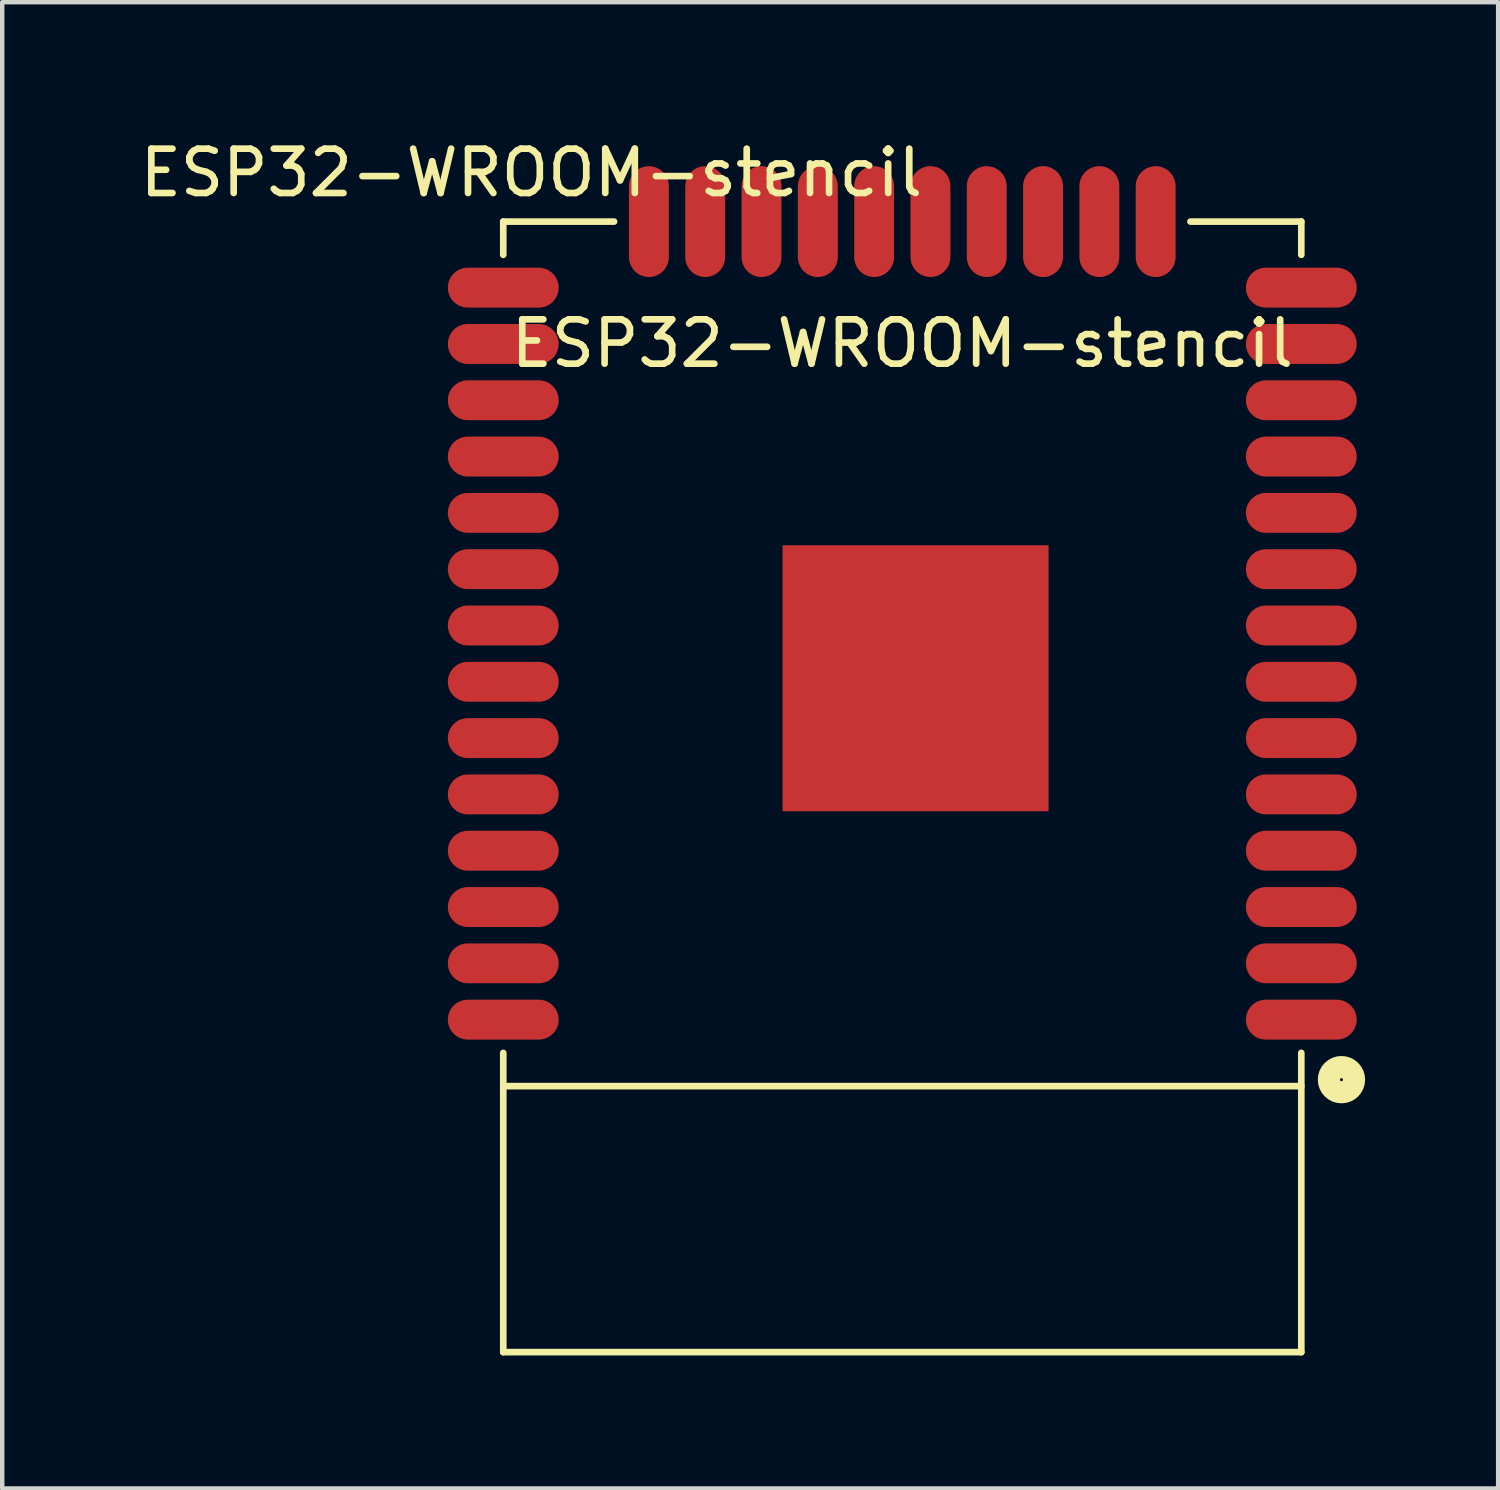
<source format=kicad_pcb>
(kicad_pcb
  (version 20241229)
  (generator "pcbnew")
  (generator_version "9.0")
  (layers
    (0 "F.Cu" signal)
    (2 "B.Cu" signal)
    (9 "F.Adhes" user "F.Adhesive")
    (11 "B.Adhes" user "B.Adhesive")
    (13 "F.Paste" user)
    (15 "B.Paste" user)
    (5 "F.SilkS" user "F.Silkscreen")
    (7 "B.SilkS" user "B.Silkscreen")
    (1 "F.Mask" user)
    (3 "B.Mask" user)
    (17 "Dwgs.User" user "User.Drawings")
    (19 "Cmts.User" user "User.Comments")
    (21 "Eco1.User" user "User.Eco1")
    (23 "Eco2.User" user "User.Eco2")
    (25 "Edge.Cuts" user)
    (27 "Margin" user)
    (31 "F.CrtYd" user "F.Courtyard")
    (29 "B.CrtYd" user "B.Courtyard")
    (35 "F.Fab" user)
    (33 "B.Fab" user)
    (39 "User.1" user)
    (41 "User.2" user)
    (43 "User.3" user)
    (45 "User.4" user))
  (footprint "ESP32-WROOM-stencil"
    (layer "F.Cu")
    (at 17.301 14.698)
    (property "Reference" "ESP32-WROOM-stencil" (at -8.366 -13.85 0) (layer "F.SilkS") (effects (font (size 1 1) (thickness 0.15))))
    (attr smd)
    (fp_line (start -9 -12.75) (end -6.5 -12.75) (stroke (width 0.15) (type solid)) (layer "F.SilkS"))
    (fp_line (start -9 -12) (end -9 -12.75) (stroke (width 0.15) (type solid)) (layer "F.SilkS"))
    (fp_line (start -9 6.75) (end 9 6.75) (stroke (width 0.15) (type solid)) (layer "F.SilkS"))
    (fp_line (start -9 12.75) (end -9 6) (stroke (width 0.15) (type solid)) (layer "F.SilkS"))
    (fp_line (start -9 12.75) (end 9 12.75) (stroke (width 0.15) (type solid)) (layer "F.SilkS"))
    (fp_line (start 6.5 -12.75) (end 9 -12.75) (stroke (width 0.15) (type solid)) (layer "F.SilkS"))
    (fp_line (start 9 -12.75) (end 9 -12) (stroke (width 0.15) (type solid)) (layer "F.SilkS"))
    (fp_line (start 9 12.75) (end 9 6) (stroke (width 0.15) (type solid)) (layer "F.SilkS"))
    (fp_circle (center 9.906 6.604) (end 10.033 6.858) (stroke (width 0.5) (type solid)) (fill no) (layer "F.SilkS"))
    (fp_text user "ESP32-WROOM-stencil" (at 0 -10 0) (layer "F.SilkS") (effects (font (size 1 1) (thickness 0.15))))
    (pad "1" smd oval (at 9 5.25) (size 2.5 0.9) (layers "F.Cu" "F.Mask" "F.Paste"))
    (pad "2" smd oval (at 9 3.98) (size 2.5 0.9) (layers "F.Cu" "F.Mask" "F.Paste"))
    (pad "3" smd oval (at 9 2.71) (size 2.5 0.9) (layers "F.Cu" "F.Mask" "F.Paste"))
    (pad "4" smd oval (at 9 1.44) (size 2.5 0.9) (layers "F.Cu" "F.Mask" "F.Paste"))
    (pad "5" smd oval (at 9 0.17) (size 2.5 0.9) (layers "F.Cu" "F.Mask" "F.Paste"))
    (pad "6" smd oval (at 9 -1.1) (size 2.5 0.9) (layers "F.Cu" "F.Mask" "F.Paste"))
    (pad "7" smd oval (at 9 -2.37) (size 2.5 0.9) (layers "F.Cu" "F.Mask" "F.Paste"))
    (pad "8" smd oval (at 9 -3.64) (size 2.5 0.9) (layers "F.Cu" "F.Mask" "F.Paste"))
    (pad "9" smd oval (at 9 -4.91) (size 2.5 0.9) (layers "F.Cu" "F.Mask" "F.Paste"))
    (pad "10" smd oval (at 9 -6.18) (size 2.5 0.9) (layers "F.Cu" "F.Mask" "F.Paste"))
    (pad "11" smd oval (at 9 -7.45) (size 2.5 0.9) (layers "F.Cu" "F.Mask" "F.Paste"))
    (pad "12" smd oval (at 9 -8.72) (size 2.5 0.9) (layers "F.Cu" "F.Mask" "F.Paste"))
    (pad "13" smd oval (at 9 -9.99) (size 2.5 0.9) (layers "F.Cu" "F.Mask" "F.Paste"))
    (pad "14" smd oval (at 9 -11.26) (size 2.5 0.9) (layers "F.Cu" "F.Mask" "F.Paste"))
    (pad "15" smd oval (at 5.715 -12.75) (size 0.9 2.5) (layers "F.Cu" "F.Mask" "F.Paste"))
    (pad "16" smd oval (at 4.445 -12.75) (size 0.9 2.5) (layers "F.Cu" "F.Mask" "F.Paste"))
    (pad "17" smd oval (at 3.175 -12.75) (size 0.9 2.5) (layers "F.Cu" "F.Mask" "F.Paste"))
    (pad "18" smd oval (at 1.905 -12.75) (size 0.9 2.5) (layers "F.Cu" "F.Mask" "F.Paste"))
    (pad "19" smd oval (at 0.635 -12.75) (size 0.9 2.5) (layers "F.Cu" "F.Mask" "F.Paste"))
    (pad "20" smd oval (at -0.635 -12.75) (size 0.9 2.5) (layers "F.Cu" "F.Mask" "F.Paste"))
    (pad "21" smd oval (at -1.905 -12.75) (size 0.9 2.5) (layers "F.Cu" "F.Mask" "F.Paste"))
    (pad "22" smd oval (at -3.175 -12.75) (size 0.9 2.5) (layers "F.Cu" "F.Mask" "F.Paste"))
    (pad "23" smd oval (at -4.445 -12.75) (size 0.9 2.5) (layers "F.Cu" "F.Mask" "F.Paste"))
    (pad "24" smd oval (at -5.715 -12.75) (size 0.9 2.5) (layers "F.Cu" "F.Mask" "F.Paste"))
    (pad "25" smd oval (at -9 -11.26) (size 2.5 0.9) (layers "F.Cu" "F.Mask" "F.Paste"))
    (pad "26" smd oval (at -9 -9.99) (size 2.5 0.9) (layers "F.Cu" "F.Mask" "F.Paste"))
    (pad "27" smd oval (at -9 -8.72) (size 2.5 0.9) (layers "F.Cu" "F.Mask" "F.Paste"))
    (pad "28" smd oval (at -9 -7.45) (size 2.5 0.9) (layers "F.Cu" "F.Mask" "F.Paste"))
    (pad "29" smd oval (at -9 -6.18) (size 2.5 0.9) (layers "F.Cu" "F.Mask" "F.Paste"))
    (pad "30" smd oval (at -9 -4.91) (size 2.5 0.9) (layers "F.Cu" "F.Mask" "F.Paste"))
    (pad "31" smd oval (at -9 -3.64) (size 2.5 0.9) (layers "F.Cu" "F.Mask" "F.Paste"))
    (pad "32" smd oval (at -9 -2.37) (size 2.5 0.9) (layers "F.Cu" "F.Mask" "F.Paste"))
    (pad "33" smd oval (at -9 -1.1) (size 2.5 0.9) (layers "F.Cu" "F.Mask" "F.Paste"))
    (pad "34" smd oval (at -9 0.17) (size 2.5 0.9) (layers "F.Cu" "F.Mask" "F.Paste"))
    (pad "35" smd oval (at -9 1.44) (size 2.5 0.9) (layers "F.Cu" "F.Mask" "F.Paste"))
    (pad "36" smd oval (at -9 2.71) (size 2.5 0.9) (layers "F.Cu" "F.Mask" "F.Paste"))
    (pad "37" smd oval (at -9 3.98) (size 2.5 0.9) (layers "F.Cu" "F.Mask" "F.Paste"))
    (pad "38" smd oval (at -9 5.25) (size 2.5 0.9) (layers "F.Cu" "F.Mask" "F.Paste"))
    (pad "39" smd rect (at 0.3 -2.45) (size 6 6) (layers "F.Cu" "F.Mask")))
  (gr_rect
    (start -3 -3)
    (end 30.741 30.523)
    (stroke (width 0.1) (type default))
    (fill no)
    (layer "Edge.Cuts")))
</source>
